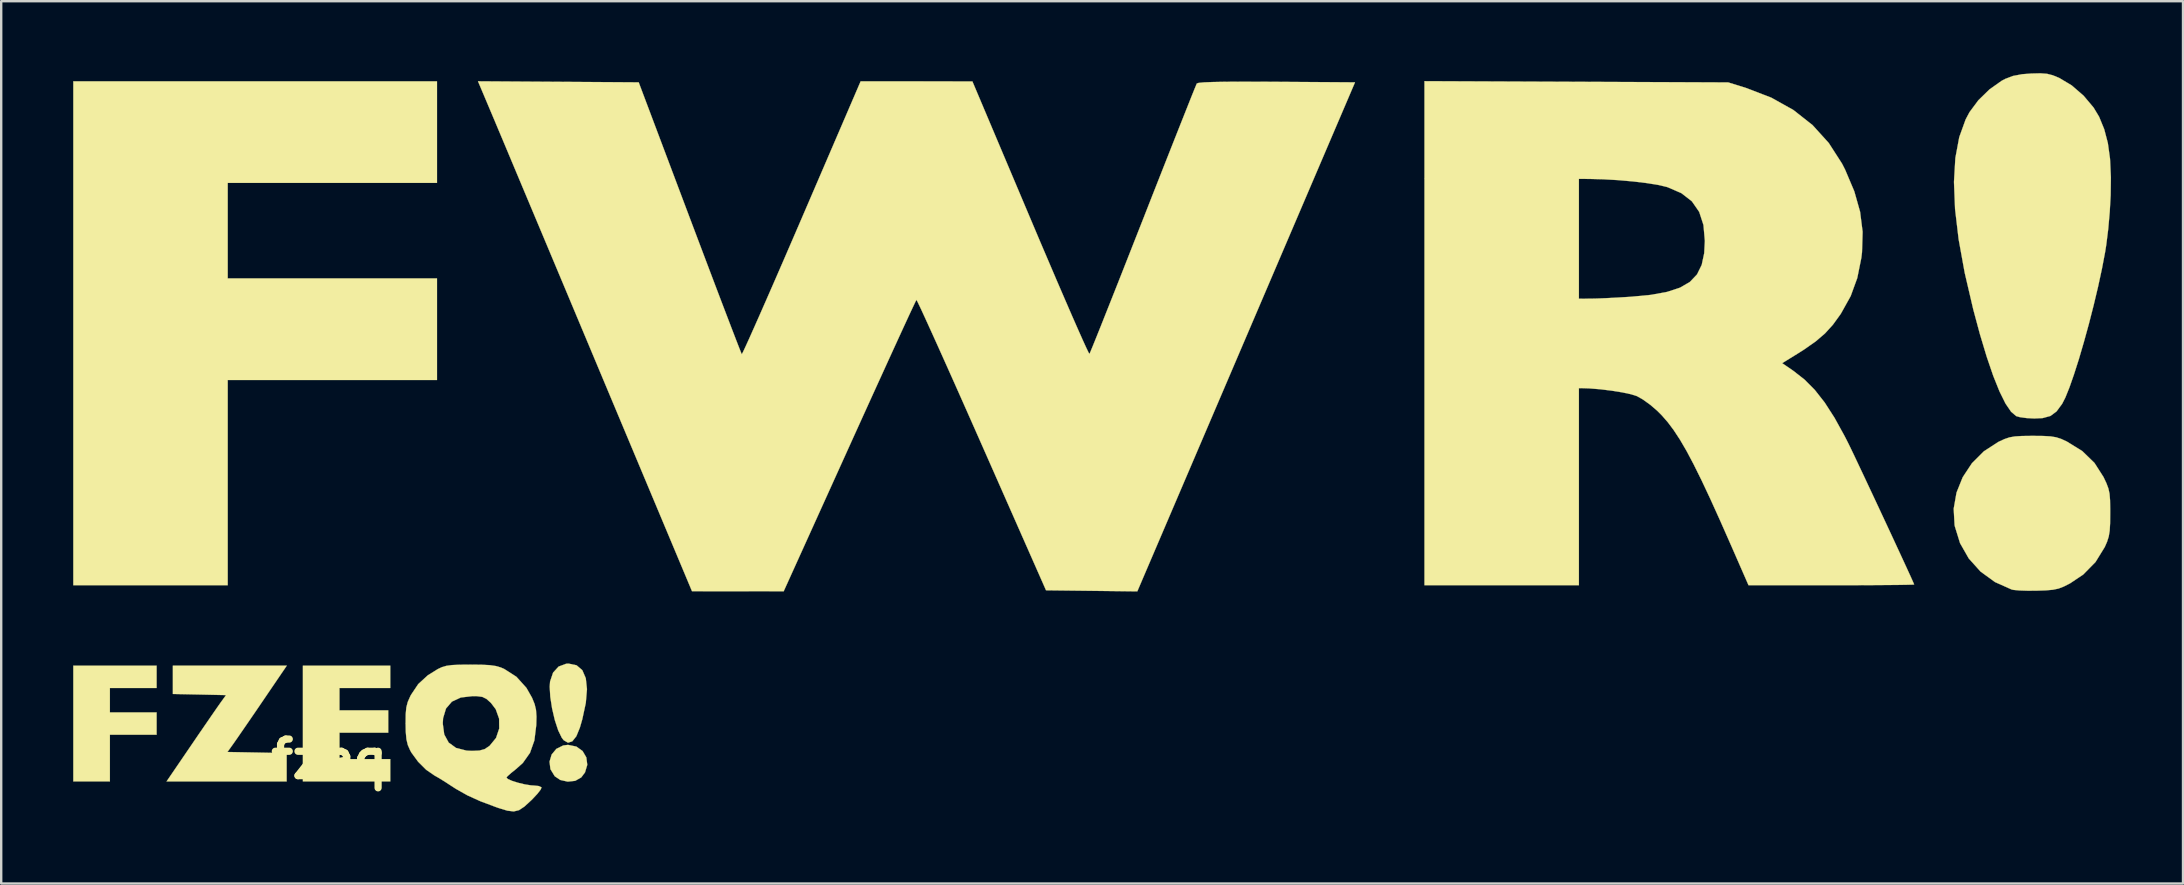
<source format=kicad_pcb>
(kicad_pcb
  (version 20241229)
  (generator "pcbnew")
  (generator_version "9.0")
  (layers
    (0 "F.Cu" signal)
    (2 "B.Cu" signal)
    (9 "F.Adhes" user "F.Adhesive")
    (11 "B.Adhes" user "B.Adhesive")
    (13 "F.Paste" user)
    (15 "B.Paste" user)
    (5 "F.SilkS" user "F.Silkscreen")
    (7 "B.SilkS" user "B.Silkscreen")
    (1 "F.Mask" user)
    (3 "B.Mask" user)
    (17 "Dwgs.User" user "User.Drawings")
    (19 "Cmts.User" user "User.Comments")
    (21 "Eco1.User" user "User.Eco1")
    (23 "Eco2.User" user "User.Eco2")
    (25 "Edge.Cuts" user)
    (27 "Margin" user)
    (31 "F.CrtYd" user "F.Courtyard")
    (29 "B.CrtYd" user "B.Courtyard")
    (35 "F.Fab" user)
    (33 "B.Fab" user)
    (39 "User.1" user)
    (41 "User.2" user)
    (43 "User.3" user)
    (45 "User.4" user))
  (footprint "fzeq"
    (layer "F.Cu")
    (at 10.673 28.582)
    (property "Reference" "fzeq" (at 0 0 0) (layer "F.SilkS") (effects (font (size 1.524 1.524) (thickness 0.3))))
    (attr through_hole)
    (fp_poly (pts (xy -7.197 -2.963) (xy -9.144 -2.963) (xy -9.144 -1.947) (xy -7.197 -1.947) (xy -7.197 -1.016) (xy -9.144 -1.016) (xy -9.144 0.931) (xy -10.668 0.931) (xy -10.668 -3.895) (xy -7.197 -3.895) (xy -7.197 -2.963)) (stroke (width 0.01) (type solid)) (fill yes) (layer "F.SilkS"))
    (fp_poly (pts (xy 2.54 -2.963) (xy 0.423 -2.963) (xy 0.423 -2.032) (xy 2.455 -2.032) (xy 2.455 -1.101) (xy 0.423 -1.101) (xy 0.423 0) (xy 2.54 0) (xy 2.54 0.931) (xy -1.101 0.931) (xy -1.101 -3.895) (xy 2.54 -3.895) (xy 2.54 -2.963)) (stroke (width 0.01) (type solid)) (fill yes) (layer "F.SilkS"))
    (fp_poly (pts (xy 10.295 -0.522) (xy 10.554 -0.336) (xy 10.71 -0.07) (xy 10.749 0.238) (xy 10.655 0.554) (xy 10.497 0.764) (xy 10.247 0.905) (xy 9.935 0.939) (xy 9.623 0.869) (xy 9.394 0.715) (xy 9.214 0.421) (xy 9.176 0.107) (xy 9.263 -0.188) (xy 9.459 -0.426) (xy 9.748 -0.569) (xy 9.947 -0.593) (xy 10.295 -0.522)) (stroke (width 0.01) (type solid)) (fill yes) (layer "F.SilkS"))
    (fp_poly (pts (xy 10.304 -3.909) (xy 10.543 -3.704) (xy 10.687 -3.37) (xy 10.736 -2.914) (xy 10.688 -2.342) (xy 10.542 -1.662) (xy 10.441 -1.312) (xy 10.294 -0.953) (xy 10.125 -0.741) (xy 9.946 -0.683) (xy 9.767 -0.786) (xy 9.689 -0.885) (xy 9.536 -1.2) (xy 9.396 -1.627) (xy 9.283 -2.11) (xy 9.208 -2.592) (xy 9.183 -3.016) (xy 9.199 -3.234) (xy 9.324 -3.604) (xy 9.554 -3.856) (xy 9.869 -3.973) (xy 9.972 -3.979) (xy 10.304 -3.909)) (stroke (width 0.01) (type solid)) (fill yes) (layer "F.SilkS"))
    (fp_poly (pts (xy -2.766 -2.434) (xy -3.081 -1.972) (xy -3.38 -1.535) (xy -3.644 -1.152) (xy -3.853 -0.849) (xy -3.989 -0.655) (xy -4.003 -0.635) (xy -4.246 -0.296) (xy -3.012 -0.273) (xy -1.778 -0.249) (xy -1.778 0.931) (xy -6.783 0.931) (xy -5.787 -0.529) (xy -5.472 -0.992) (xy -5.172 -1.428) (xy -4.909 -1.811) (xy -4.699 -2.114) (xy -4.563 -2.308) (xy -4.549 -2.328) (xy -4.305 -2.667) (xy -5.412 -2.691) (xy -6.519 -2.714) (xy -6.519 -3.895) (xy -1.772 -3.895) (xy -2.766 -2.434)) (stroke (width 0.01) (type solid)) (fill yes) (layer "F.SilkS"))
    (fp_poly (pts (xy 6.349 -3.932) (xy 6.686 -3.915) (xy 6.936 -3.879) (xy 7.141 -3.82) (xy 7.282 -3.76) (xy 7.796 -3.431) (xy 8.213 -2.969) (xy 8.447 -2.557) (xy 8.554 -2.295) (xy 8.612 -2.054) (xy 8.632 -1.77) (xy 8.623 -1.411) (xy 8.545 -0.777) (xy 8.362 -0.261) (xy 8.064 0.161) (xy 7.785 0.411) (xy 7.573 0.58) (xy 7.425 0.714) (xy 7.382 0.767) (xy 7.438 0.829) (xy 7.615 0.907) (xy 7.866 0.986) (xy 8.144 1.053) (xy 8.402 1.094) (xy 8.519 1.101) (xy 8.723 1.122) (xy 8.84 1.174) (xy 8.843 1.178) (xy 8.809 1.268) (xy 8.676 1.44) (xy 8.47 1.661) (xy 8.404 1.726) (xy 8.128 1.979) (xy 7.905 2.127) (xy 7.685 2.181) (xy 7.42 2.149) (xy 7.06 2.04) (xy 6.943 1.999) (xy 6.29 1.754) (xy 5.751 1.509) (xy 5.273 1.239) (xy 5.09 1.121) (xy 4.805 0.935) (xy 4.54 0.773) (xy 4.378 0.681) (xy 4.037 0.446) (xy 3.7 0.11) (xy 3.423 -0.267) (xy 3.368 -0.365) (xy 3.271 -0.585) (xy 3.213 -0.827) (xy 3.185 -1.143) (xy 3.179 -1.482) (xy 4.727 -1.482) (xy 4.789 -1.027) (xy 4.974 -0.688) (xy 5.284 -0.464) (xy 5.718 -0.354) (xy 5.941 -0.342) (xy 6.255 -0.356) (xy 6.472 -0.416) (xy 6.664 -0.543) (xy 6.681 -0.557) (xy 6.947 -0.882) (xy 7.079 -1.272) (xy 7.075 -1.684) (xy 6.934 -2.079) (xy 6.733 -2.343) (xy 6.548 -2.508) (xy 6.376 -2.593) (xy 6.144 -2.622) (xy 5.973 -2.625) (xy 5.479 -2.567) (xy 5.108 -2.395) (xy 4.862 -2.108) (xy 4.741 -1.706) (xy 4.727 -1.482) (xy 3.179 -1.482) (xy 3.183 -1.873) (xy 3.209 -2.152) (xy 3.266 -2.376) (xy 3.365 -2.601) (xy 3.404 -2.677) (xy 3.706 -3.128) (xy 4.106 -3.494) (xy 4.52 -3.751) (xy 4.693 -3.832) (xy 4.875 -3.886) (xy 5.107 -3.918) (xy 5.427 -3.933) (xy 5.876 -3.937) (xy 5.884 -3.937) (xy 6.349 -3.932)) (stroke (width 0.01) (type solid)) (fill yes) (layer "F.SilkS")))
  (footprint "fwr"
    (layer "F.Cu")
    (at 39.798 12.954)
    (property "Reference" "fwr" (at 0 0 0) (layer "F.SilkS") (effects (font (size 1.524 1.524) (thickness 0.3))))
    (attr through_hole)
    (fp_poly (pts (xy -24.638 -8.382) (xy -33.359 -8.382) (xy -33.359 -4.403) (xy -24.638 -4.403) (xy -24.638 -0.169) (xy -33.359 -0.169) (xy -33.359 8.382) (xy -39.793 8.382) (xy -39.793 -12.615) (xy -24.638 -12.615) (xy -24.638 -8.382)) (stroke (width 0.01) (type solid)) (fill yes) (layer "F.SilkS"))
    (fp_poly (pts (xy 42.295 2.163) (xy 42.6 2.18) (xy 42.832 2.218) (xy 43.038 2.284) (xy 43.265 2.388) (xy 43.275 2.393) (xy 43.92 2.791) (xy 44.43 3.286) (xy 44.807 3.876) (xy 44.93 4.137) (xy 45.01 4.352) (xy 45.057 4.57) (xy 45.079 4.841) (xy 45.085 5.215) (xy 45.085 5.375) (xy 45.081 5.806) (xy 45.063 6.117) (xy 45.023 6.356) (xy 44.955 6.57) (xy 44.86 6.788) (xy 44.474 7.415) (xy 43.957 7.941) (xy 43.413 8.304) (xy 43.151 8.437) (xy 42.931 8.522) (xy 42.696 8.571) (xy 42.394 8.597) (xy 42.037 8.609) (xy 41.652 8.612) (xy 41.31 8.601) (xy 41.061 8.578) (xy 40.979 8.561) (xy 40.282 8.25) (xy 39.68 7.812) (xy 39.19 7.266) (xy 38.828 6.63) (xy 38.609 5.923) (xy 38.6 5.873) (xy 38.563 5.194) (xy 38.681 4.522) (xy 38.939 3.881) (xy 39.323 3.299) (xy 39.82 2.802) (xy 40.416 2.415) (xy 40.445 2.4) (xy 40.68 2.292) (xy 40.887 2.222) (xy 41.114 2.182) (xy 41.409 2.164) (xy 41.822 2.159) (xy 41.868 2.159) (xy 42.295 2.163)) (stroke (width 0.01) (type solid)) (fill yes) (layer "F.SilkS"))
    (fp_poly (pts (xy 42.454 -12.928) (xy 42.693 -12.867) (xy 42.963 -12.756) (xy 42.964 -12.755) (xy 43.482 -12.445) (xy 43.975 -12.018) (xy 44.391 -11.524) (xy 44.622 -11.141) (xy 44.836 -10.619) (xy 44.987 -10.043) (xy 45.078 -9.383) (xy 45.113 -8.613) (xy 45.104 -7.874) (xy 45.066 -7.179) (xy 45.003 -6.463) (xy 44.921 -5.801) (xy 44.874 -5.503) (xy 44.741 -4.805) (xy 44.579 -4.056) (xy 44.394 -3.28) (xy 44.195 -2.502) (xy 43.987 -1.747) (xy 43.779 -1.037) (xy 43.575 -0.399) (xy 43.385 0.144) (xy 43.214 0.567) (xy 43.082 0.824) (xy 42.849 1.14) (xy 42.595 1.329) (xy 42.269 1.418) (xy 41.92 1.434) (xy 41.599 1.417) (xy 41.322 1.379) (xy 41.17 1.336) (xy 40.955 1.154) (xy 40.721 0.81) (xy 40.473 0.309) (xy 40.211 -0.342) (xy 39.939 -1.138) (xy 39.658 -2.072) (xy 39.379 -3.109) (xy 39.022 -4.637) (xy 38.769 -6.032) (xy 38.62 -7.294) (xy 38.575 -8.424) (xy 38.633 -9.422) (xy 38.795 -10.29) (xy 39.061 -11.027) (xy 39.223 -11.332) (xy 39.592 -11.828) (xy 40.057 -12.281) (xy 40.561 -12.637) (xy 40.705 -12.714) (xy 41.032 -12.839) (xy 41.418 -12.912) (xy 41.799 -12.94) (xy 42.178 -12.949) (xy 42.454 -12.928)) (stroke (width 0.01) (type solid)) (fill yes) (layer "F.SilkS"))
    (fp_poly (pts (xy -19.581 -12.595) (xy -16.233 -12.573) (xy -14.107 -6.928) (xy -13.755 -5.996) (xy -13.421 -5.112) (xy -13.109 -4.287) (xy -12.823 -3.534) (xy -12.568 -2.866) (xy -12.35 -2.296) (xy -12.173 -1.836) (xy -12.042 -1.499) (xy -11.962 -1.298) (xy -11.938 -1.243) (xy -11.899 -1.313) (xy -11.798 -1.526) (xy -11.641 -1.87) (xy -11.434 -2.334) (xy -11.181 -2.905) (xy -10.888 -3.572) (xy -10.56 -4.322) (xy -10.203 -5.143) (xy -9.822 -6.024) (xy -9.44 -6.909) (xy -6.985 -12.615) (xy -4.657 -12.614) (xy -2.328 -12.613) (xy 0.085 -6.905) (xy 0.477 -5.978) (xy 0.852 -5.1) (xy 1.202 -4.281) (xy 1.524 -3.536) (xy 1.811 -2.874) (xy 2.059 -2.309) (xy 2.262 -1.853) (xy 2.415 -1.517) (xy 2.513 -1.314) (xy 2.55 -1.255) (xy 2.588 -1.341) (xy 2.684 -1.573) (xy 2.831 -1.936) (xy 3.025 -2.419) (xy 3.259 -3.009) (xy 3.531 -3.693) (xy 3.834 -4.458) (xy 4.162 -5.291) (xy 4.512 -6.181) (xy 4.785 -6.873) (xy 5.147 -7.797) (xy 5.493 -8.675) (xy 5.816 -9.495) (xy 6.112 -10.244) (xy 6.375 -10.908) (xy 6.601 -11.477) (xy 6.783 -11.935) (xy 6.918 -12.271) (xy 7.001 -12.472) (xy 7.024 -12.526) (xy 7.108 -12.551) (xy 7.326 -12.572) (xy 7.686 -12.586) (xy 8.193 -12.596) (xy 8.853 -12.6) (xy 9.672 -12.599) (xy 10.349 -12.595) (xy 13.616 -12.573) (xy 4.544 8.639) (xy 2.642 8.616) (xy 0.74 8.594) (xy -1.937 2.529) (xy -2.359 1.575) (xy -2.761 0.668) (xy -3.139 -0.181) (xy -3.487 -0.959) (xy -3.8 -1.656) (xy -4.073 -2.259) (xy -4.3 -2.757) (xy -4.476 -3.139) (xy -4.597 -3.392) (xy -4.655 -3.505) (xy -4.66 -3.51) (xy -4.701 -3.43) (xy -4.807 -3.208) (xy -4.972 -2.855) (xy -5.19 -2.383) (xy -5.456 -1.804) (xy -5.765 -1.128) (xy -6.111 -0.369) (xy -6.49 0.462) (xy -6.895 1.354) (xy -7.322 2.295) (xy -7.449 2.576) (xy -10.192 8.636) (xy -12.102 8.635) (xy -14.012 8.633) (xy -17.819 -0.446) (xy -18.327 -1.659) (xy -18.827 -2.851) (xy -19.313 -4.011) (xy -19.781 -5.126) (xy -20.225 -6.185) (xy -20.641 -7.175) (xy -21.023 -8.085) (xy -21.366 -8.902) (xy -21.665 -9.615) (xy -21.915 -10.211) (xy -22.112 -10.678) (xy -22.249 -11.005) (xy -22.277 -11.071) (xy -22.93 -12.617) (xy -19.581 -12.595)) (stroke (width 0.01) (type solid)) (fill yes) (layer "F.SilkS"))
    (fp_poly (pts (xy 22.839 -12.596) (xy 29.168 -12.57) (xy 29.913 -12.338) (xy 30.962 -11.935) (xy 31.884 -11.42) (xy 32.682 -10.791) (xy 33.357 -10.046) (xy 33.911 -9.185) (xy 34.04 -8.932) (xy 34.422 -8.03) (xy 34.663 -7.178) (xy 34.768 -6.345) (xy 34.743 -5.497) (xy 34.715 -5.259) (xy 34.545 -4.418) (xy 34.271 -3.667) (xy 33.87 -2.947) (xy 33.835 -2.894) (xy 33.526 -2.468) (xy 33.199 -2.109) (xy 32.813 -1.778) (xy 32.329 -1.439) (xy 32.07 -1.275) (xy 31.416 -0.871) (xy 31.882 -0.551) (xy 32.347 -0.187) (xy 32.776 0.245) (xy 33.188 0.769) (xy 33.598 1.407) (xy 34.024 2.18) (xy 34.159 2.445) (xy 34.26 2.651) (xy 34.414 2.972) (xy 34.61 3.387) (xy 34.841 3.875) (xy 35.095 4.417) (xy 35.365 4.992) (xy 35.639 5.58) (xy 35.91 6.16) (xy 36.166 6.712) (xy 36.4 7.217) (xy 36.601 7.653) (xy 36.76 8) (xy 36.867 8.238) (xy 36.914 8.347) (xy 36.915 8.352) (xy 36.833 8.358) (xy 36.6 8.364) (xy 36.233 8.37) (xy 35.749 8.374) (xy 35.168 8.378) (xy 34.506 8.381) (xy 33.781 8.382) (xy 33.464 8.382) (xy 30.013 8.382) (xy 29.3 6.752) (xy 28.835 5.699) (xy 28.423 4.789) (xy 28.057 4.01) (xy 27.729 3.348) (xy 27.432 2.788) (xy 27.157 2.317) (xy 26.898 1.922) (xy 26.647 1.587) (xy 26.396 1.3) (xy 26.204 1.108) (xy 25.915 0.861) (xy 25.611 0.642) (xy 25.363 0.502) (xy 25.116 0.424) (xy 24.748 0.346) (xy 24.305 0.275) (xy 23.837 0.217) (xy 23.39 0.181) (xy 23.135 0.172) (xy 22.945 0.169) (xy 22.945 8.382) (xy 16.51 8.382) (xy 16.51 -3.556) (xy 22.945 -3.556) (xy 23.431 -3.558) (xy 23.701 -3.564) (xy 24.091 -3.58) (xy 24.551 -3.604) (xy 25.033 -3.633) (xy 25.104 -3.637) (xy 25.938 -3.716) (xy 26.618 -3.84) (xy 27.159 -4.017) (xy 27.571 -4.257) (xy 27.868 -4.57) (xy 28.063 -4.966) (xy 28.167 -5.453) (xy 28.194 -5.965) (xy 28.136 -6.628) (xy 27.958 -7.175) (xy 27.654 -7.614) (xy 27.219 -7.953) (xy 26.645 -8.202) (xy 26.615 -8.211) (xy 26.261 -8.296) (xy 25.778 -8.374) (xy 25.205 -8.443) (xy 24.582 -8.498) (xy 23.948 -8.534) (xy 23.389 -8.548) (xy 22.945 -8.551) (xy 22.945 -3.556) (xy 16.51 -3.556) (xy 16.51 -12.622) (xy 22.839 -12.596)) (stroke (width 0.01) (type solid)) (fill yes) (layer "F.SilkS")))
  (gr_rect
    (start -3 -3)
    (end 87.917 33.768)
    (stroke (width 0.1) (type default))
    (fill no)
    (layer "Edge.Cuts")))
</source>
